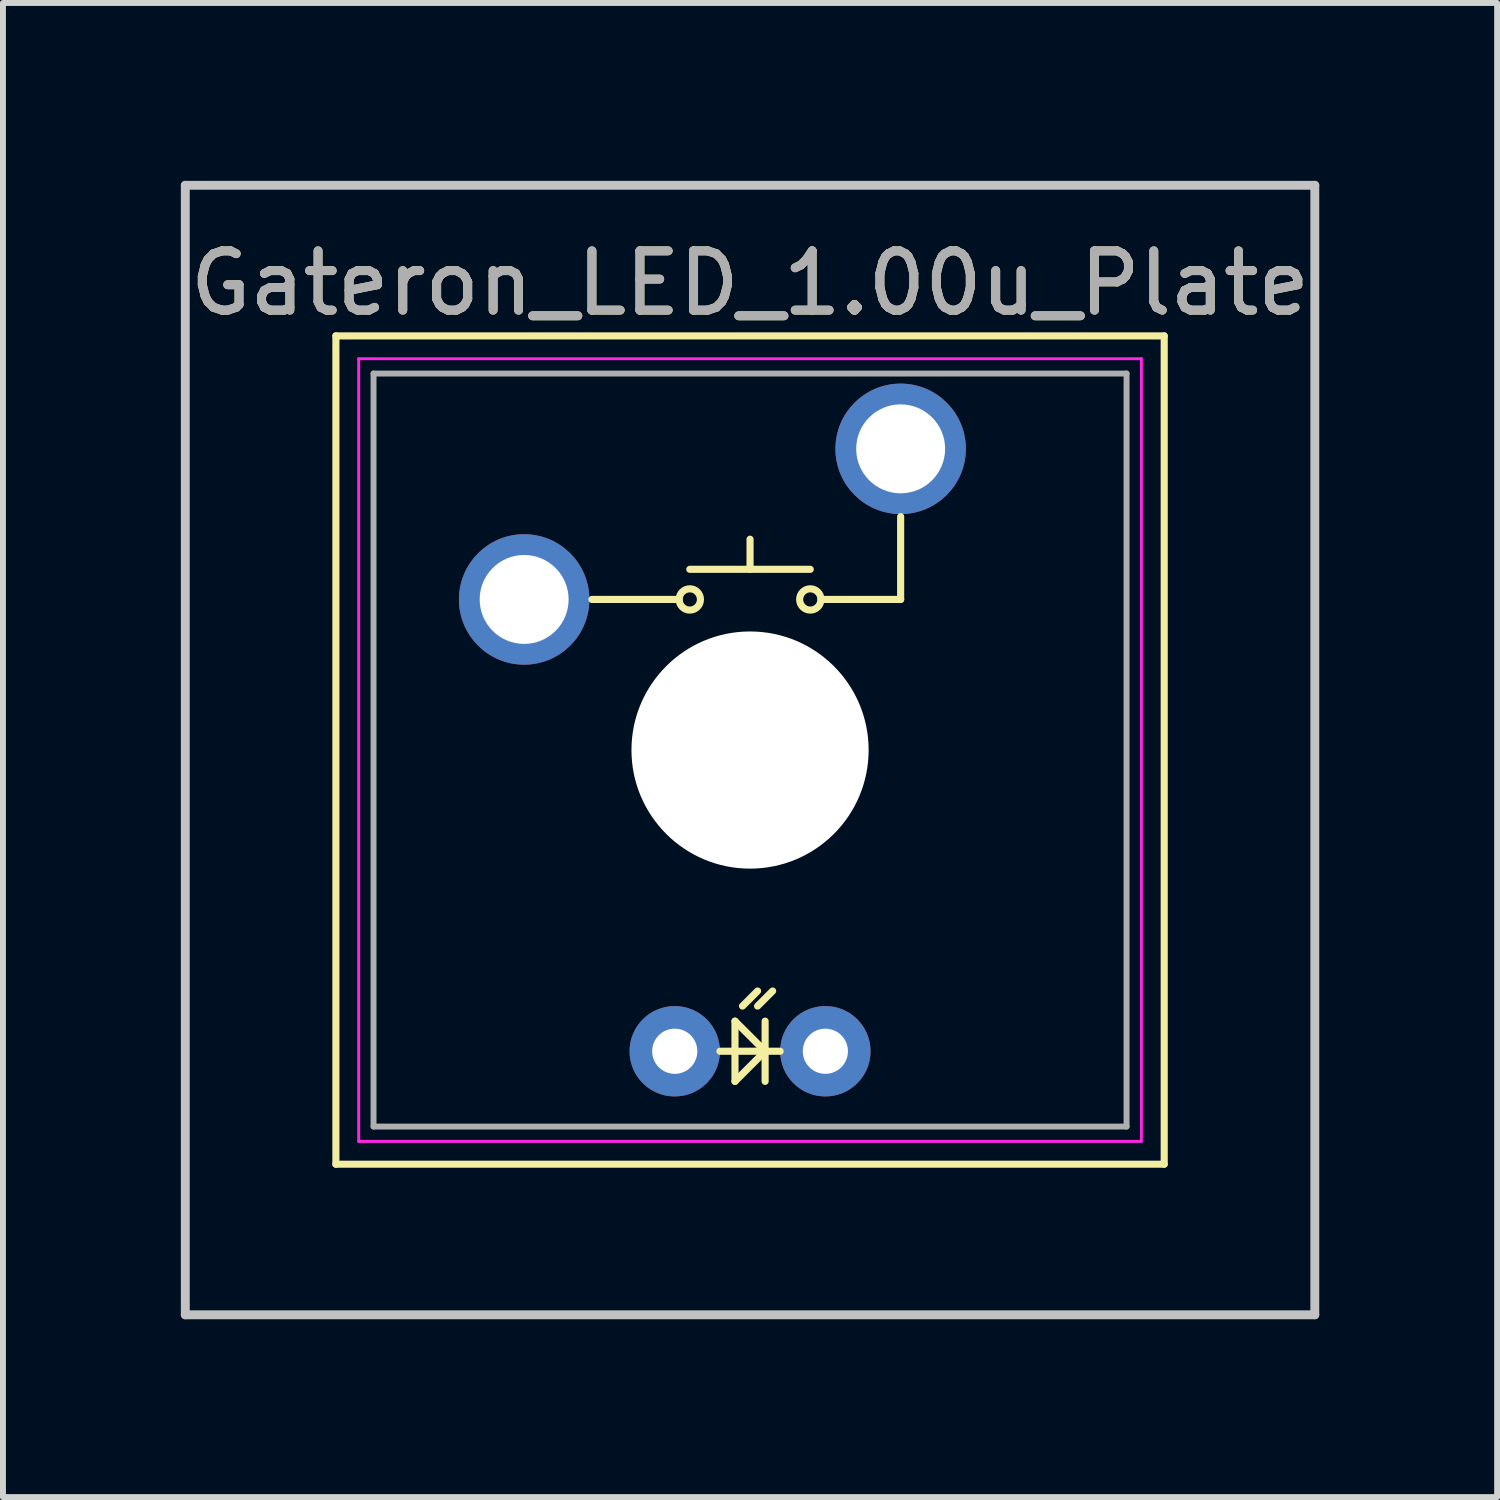
<source format=kicad_pcb>
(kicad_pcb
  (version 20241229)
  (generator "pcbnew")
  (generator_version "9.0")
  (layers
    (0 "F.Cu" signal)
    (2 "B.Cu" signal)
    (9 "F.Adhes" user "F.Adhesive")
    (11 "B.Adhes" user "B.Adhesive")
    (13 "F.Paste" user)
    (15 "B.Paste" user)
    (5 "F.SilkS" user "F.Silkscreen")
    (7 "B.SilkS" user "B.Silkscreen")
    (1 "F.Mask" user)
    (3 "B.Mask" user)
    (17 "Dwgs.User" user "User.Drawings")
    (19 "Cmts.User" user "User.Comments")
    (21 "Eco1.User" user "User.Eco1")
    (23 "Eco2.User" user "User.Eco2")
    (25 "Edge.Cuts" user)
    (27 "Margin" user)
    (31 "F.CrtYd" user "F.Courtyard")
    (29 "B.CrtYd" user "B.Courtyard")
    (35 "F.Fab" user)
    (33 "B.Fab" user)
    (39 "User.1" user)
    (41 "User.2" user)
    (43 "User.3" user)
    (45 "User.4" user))
  (footprint "Gateron_LED_1.00u_Plate"
    (layer "F.Cu")
    (at 9.6 9.6)
    (property "Reference" "Gateron_LED_1.00u_Plate" (at 0 -7.874 0) (layer "F.SilkS") (effects (font (size 1 1) (thickness 0.15))))
    (attr through_hole)
    (fp_line (start -6.985 -6.985) (end 6.985 -6.985) (stroke (width 0.12) (type solid)) (layer "F.SilkS"))
    (fp_line (start -6.985 6.985) (end -6.985 -6.985) (stroke (width 0.12) (type solid)) (layer "F.SilkS"))
    (fp_line (start -2.667 -2.54) (end -1.196 -2.54) (stroke (width 0.12) (type solid)) (layer "F.SilkS"))
    (fp_line (start -1.016 -3.048) (end 1.016 -3.048) (stroke (width 0.12) (type solid)) (layer "F.SilkS"))
    (fp_line (start -0.508 5.08) (end 0.508 5.08) (stroke (width 0.12) (type solid)) (layer "F.SilkS"))
    (fp_line (start -0.254 4.572) (end -0.254 5.588) (stroke (width 0.12) (type solid)) (layer "F.SilkS"))
    (fp_line (start -0.254 5.588) (end 0.254 5.08) (stroke (width 0.12) (type solid)) (layer "F.SilkS"))
    (fp_line (start -0.127 4.318) (end 0.127 4.064) (stroke (width 0.12) (type solid)) (layer "F.SilkS"))
    (fp_line (start 0 -3.048) (end 0 -3.556) (stroke (width 0.12) (type solid)) (layer "F.SilkS"))
    (fp_line (start 0.127 4.318) (end 0.381 4.064) (stroke (width 0.12) (type solid)) (layer "F.SilkS"))
    (fp_line (start 0.254 4.572) (end 0.254 5.588) (stroke (width 0.12) (type solid)) (layer "F.SilkS"))
    (fp_line (start 0.254 5.08) (end -0.254 4.572) (stroke (width 0.12) (type solid)) (layer "F.SilkS"))
    (fp_line (start 1.196 -2.54) (end 2.54 -2.54) (stroke (width 0.12) (type solid)) (layer "F.SilkS"))
    (fp_line (start 2.54 -2.54) (end 2.54 -3.937) (stroke (width 0.12) (type solid)) (layer "F.SilkS"))
    (fp_line (start 6.985 -6.985) (end 6.985 6.985) (stroke (width 0.12) (type solid)) (layer "F.SilkS"))
    (fp_line (start 6.985 6.985) (end -6.985 6.985) (stroke (width 0.12) (type solid)) (layer "F.SilkS"))
    (fp_circle (center -1.016 -2.54) (end -1.143 -2.667) (stroke (width 0.12) (type solid)) (fill no) (layer "F.SilkS"))
    (fp_circle (center 1.016 -2.54) (end 1.143 -2.667) (stroke (width 0.12) (type solid)) (fill no) (layer "F.SilkS"))
    (fp_line (start -9.525 -9.525) (end 9.525 -9.525) (stroke (width 0.15) (type solid)) (layer "Dwgs.User"))
    (fp_line (start -9.525 9.525) (end -9.525 -9.525) (stroke (width 0.15) (type solid)) (layer "Dwgs.User"))
    (fp_line (start 9.525 -9.525) (end 9.525 9.525) (stroke (width 0.15) (type solid)) (layer "Dwgs.User"))
    (fp_line (start 9.525 9.525) (end -9.525 9.525) (stroke (width 0.15) (type solid)) (layer "Dwgs.User"))
    (fp_line (start -6.6 -6.6) (end 6.6 -6.6) (stroke (width 0.05) (type solid)) (layer "F.CrtYd"))
    (fp_line (start -6.6 6.6) (end -6.6 -6.6) (stroke (width 0.05) (type solid)) (layer "F.CrtYd"))
    (fp_line (start 6.6 -6.6) (end 6.6 6.6) (stroke (width 0.05) (type solid)) (layer "F.CrtYd"))
    (fp_line (start 6.6 6.6) (end -6.6 6.6) (stroke (width 0.05) (type solid)) (layer "F.CrtYd"))
    (fp_line (start -6.35 -6.35) (end 6.35 -6.35) (stroke (width 0.1) (type solid)) (layer "F.Fab"))
    (fp_line (start -6.35 6.35) (end -6.35 -6.35) (stroke (width 0.1) (type solid)) (layer "F.Fab"))
    (fp_line (start 6.35 -6.35) (end 6.35 6.35) (stroke (width 0.1) (type solid)) (layer "F.Fab"))
    (fp_line (start 6.35 6.35) (end -6.35 6.35) (stroke (width 0.1) (type solid)) (layer "F.Fab"))
    (fp_text user "${REFERENCE}" (at 0 -7.874 0) (layer "F.Fab") (effects (font (size 1 1) (thickness 0.15))))
    (pad "" np_thru_hole circle (at 0 0) (size 4 4) (drill 4) (layers "*.Cu" "*.Mask"))
    (pad "1" thru_hole circle (at 2.54 -5.08) (size 2.2 2.2) (drill 1.5) (layers "*.Cu" "*.Mask"))
    (pad "2" thru_hole circle (at -3.81 -2.54) (size 2.2 2.2) (drill 1.5) (layers "*.Cu" "*.Mask"))
    (pad "3" thru_hole circle (at 1.27 5.08) (size 1.524 1.524) (drill 0.762) (layers "*.Cu" "*.Mask"))
    (pad "4" thru_hole circle (at -1.27 5.08) (size 1.524 1.524) (drill 0.762) (layers "*.Cu" "*.Mask")))
  (gr_rect
    (start -3 -3)
    (end 22.2 22.2)
    (stroke (width 0.1) (type default))
    (fill no)
    (layer "Edge.Cuts")))
</source>
